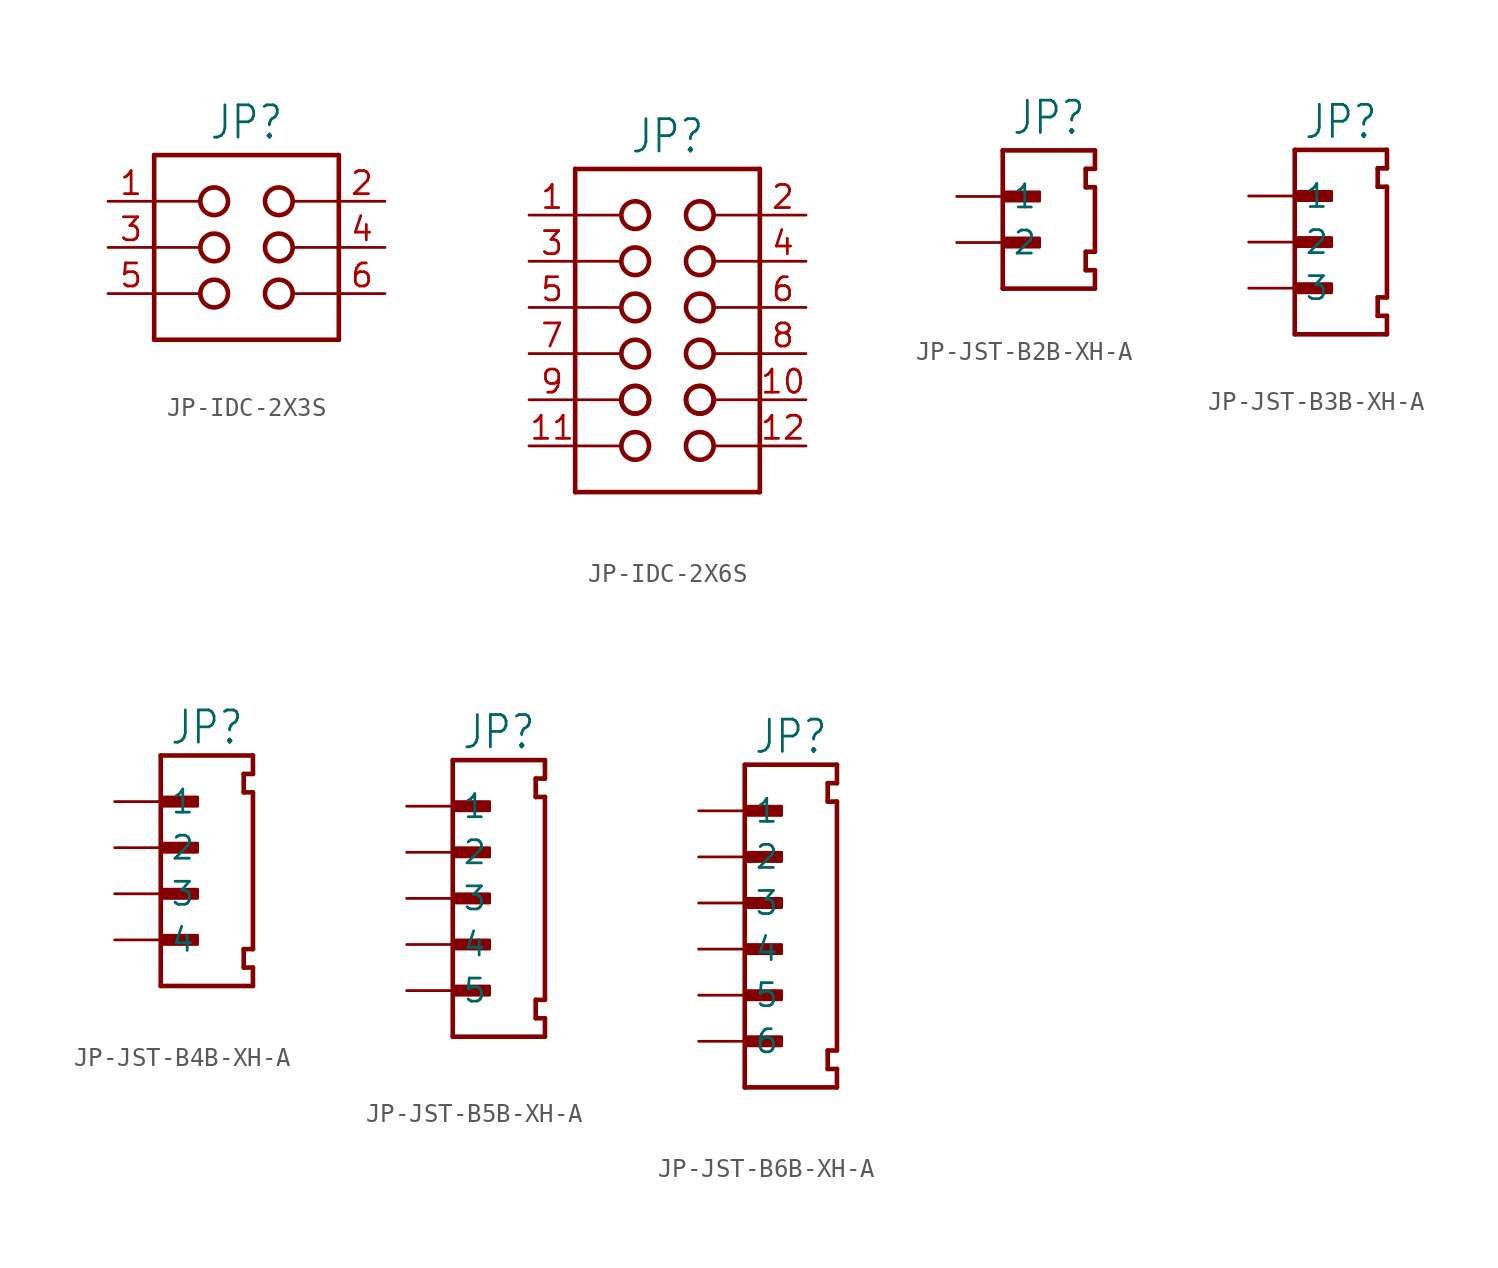
<source format=kicad_sym>
(kicad_symbol_lib
  (version 20231120)
  (generator "kicad_symbol_editor")
  (generator_version "8.0")
  (symbol "JP-IDC-2X3S"
    (property "Reference" "JP"
      (at 0 5.842 0)
      (effects (font (size 1.778 1.511)) (justify bottom)))
    (property "Value" ""
      (at 0 -5.842 0)
      (effects (font (size 1.778 1.511)) (justify top)))
    (property "ki_locked" ""
      (at 0 0 0)
      (effects (font (size 1.27 1.27))))
    (symbol "JP-IDC-2X3S_1_0"
      (circle (center -1.778 -2.54) (radius 0.762) (stroke (width 0.254) (type solid)) (fill (type none)))
      (circle (center -1.778 0) (radius 0.762) (stroke (width 0.254) (type solid)) (fill (type none)))
      (circle (center -1.778 2.54) (radius 0.762) (stroke (width 0.254) (type solid)) (fill (type none)))
      (polyline (pts (xy -5.08 -5.08) (xy -5.08 -2.54)) (stroke (width 0.254) (type solid)) (fill (type none)))
      (polyline (pts (xy -5.08 -2.54) (xy -5.08 0)) (stroke (width 0.254) (type solid)) (fill (type none)))
      (polyline (pts (xy -5.08 -2.54) (xy -2.54 -2.54)) (stroke (width 0.152) (type solid)) (fill (type none)))
      (polyline (pts (xy -5.08 0) (xy -5.08 2.54)) (stroke (width 0.254) (type solid)) (fill (type none)))
      (polyline (pts (xy -5.08 0) (xy -2.54 0)) (stroke (width 0.152) (type solid)) (fill (type none)))
      (polyline (pts (xy -5.08 2.54) (xy -5.08 5.08)) (stroke (width 0.254) (type solid)) (fill (type none)))
      (polyline (pts (xy -5.08 2.54) (xy -2.54 2.54)) (stroke (width 0.152) (type solid)) (fill (type none)))
      (polyline (pts (xy -5.08 5.08) (xy 5.08 5.08)) (stroke (width 0.254) (type solid)) (fill (type none)))
      (polyline (pts (xy 2.54 -2.54) (xy 5.08 -2.54)) (stroke (width 0.152) (type solid)) (fill (type none)))
      (polyline (pts (xy 2.54 0) (xy 5.08 0)) (stroke (width 0.152) (type solid)) (fill (type none)))
      (polyline (pts (xy 2.54 2.54) (xy 5.08 2.54)) (stroke (width 0.152) (type solid)) (fill (type none)))
      (polyline (pts (xy 5.08 -5.08) (xy -5.08 -5.08)) (stroke (width 0.254) (type solid)) (fill (type none)))
      (polyline (pts (xy 5.08 -2.54) (xy 5.08 -5.08)) (stroke (width 0.254) (type solid)) (fill (type none)))
      (polyline (pts (xy 5.08 0) (xy 5.08 -2.54)) (stroke (width 0.254) (type solid)) (fill (type none)))
      (polyline (pts (xy 5.08 2.54) (xy 5.08 0)) (stroke (width 0.254) (type solid)) (fill (type none)))
      (polyline (pts (xy 5.08 5.08) (xy 5.08 2.54)) (stroke (width 0.254) (type solid)) (fill (type none)))
      (circle (center 1.778 -2.54) (radius 0.762) (stroke (width 0.254) (type solid)) (fill (type none)))
      (circle (center 1.778 0) (radius 0.762) (stroke (width 0.254) (type solid)) (fill (type none)))
      (circle (center 1.778 2.54) (radius 0.762) (stroke (width 0.254) (type solid)) (fill (type none)))
      (pin passive line (at -7.62 2.54 0) (length 2.54) (name "1" (effects (font (size 0 0)))) (number "1" (effects (font (size 1.27 1.27)))))
      (pin passive line (at 7.62 2.54 180) (length 2.54) (name "2" (effects (font (size 0 0)))) (number "2" (effects (font (size 1.27 1.27)))))
      (pin passive line (at -7.62 0 0) (length 2.54) (name "3" (effects (font (size 0 0)))) (number "3" (effects (font (size 1.27 1.27)))))
      (pin passive line (at 7.62 0 180) (length 2.54) (name "4" (effects (font (size 0 0)))) (number "4" (effects (font (size 1.27 1.27)))))
      (pin passive line (at -7.62 -2.54 0) (length 2.54) (name "5" (effects (font (size 0 0)))) (number "5" (effects (font (size 1.27 1.27)))))
      (pin passive line (at 7.62 -2.54 180) (length 2.54) (name "6" (effects (font (size 0 0)))) (number "6" (effects (font (size 1.27 1.27)))))))
  (symbol "JP-IDC-2X6S"
    (property "Reference" "JP"
      (at 0 10.922 0)
      (effects (font (size 1.778 1.511)) (justify bottom)))
    (property "Value" ""
      (at 0 -8.382 0)
      (effects (font (size 1.778 1.511)) (justify top)))
    (property "ki_locked" ""
      (at 0 0 0)
      (effects (font (size 1.27 1.27))))
    (symbol "JP-IDC-2X6S_1_0"
      (circle (center -1.778 -5.08) (radius 0.762) (stroke (width 0.254) (type solid)) (fill (type none)))
      (circle (center -1.778 -2.54) (radius 0.762) (stroke (width 0.254) (type solid)) (fill (type none)))
      (circle (center -1.778 -2.54) (radius 0.762) (stroke (width 0.254) (type solid)) (fill (type none)))
      (circle (center -1.778 0) (radius 0.762) (stroke (width 0.254) (type solid)) (fill (type none)))
      (circle (center -1.778 2.54) (radius 0.762) (stroke (width 0.254) (type solid)) (fill (type none)))
      (circle (center -1.778 5.08) (radius 0.762) (stroke (width 0.254) (type solid)) (fill (type none)))
      (circle (center -1.778 7.62) (radius 0.762) (stroke (width 0.254) (type solid)) (fill (type none)))
      (polyline (pts (xy -5.08 -7.62) (xy -5.08 0)) (stroke (width 0.254) (type solid)) (fill (type none)))
      (polyline (pts (xy -5.08 0) (xy -5.08 2.54)) (stroke (width 0.254) (type solid)) (fill (type none)))
      (polyline (pts (xy -5.08 0) (xy -2.54 0)) (stroke (width 0.152) (type solid)) (fill (type none)))
      (polyline (pts (xy -5.08 2.54) (xy -5.08 5.08)) (stroke (width 0.254) (type solid)) (fill (type none)))
      (polyline (pts (xy -5.08 2.54) (xy -2.54 2.54)) (stroke (width 0.152) (type solid)) (fill (type none)))
      (polyline (pts (xy -5.08 5.08) (xy -5.08 7.62)) (stroke (width 0.254) (type solid)) (fill (type none)))
      (polyline (pts (xy -5.08 5.08) (xy -2.54 5.08)) (stroke (width 0.152) (type solid)) (fill (type none)))
      (polyline (pts (xy -5.08 7.62) (xy -5.08 10.16)) (stroke (width 0.254) (type solid)) (fill (type none)))
      (polyline (pts (xy -5.08 7.62) (xy -2.54 7.62)) (stroke (width 0.152) (type solid)) (fill (type none)))
      (polyline (pts (xy -5.08 10.16) (xy 5.08 10.16)) (stroke (width 0.254) (type solid)) (fill (type none)))
      (polyline (pts (xy -2.54 -5.08) (xy -5.08 -5.08)) (stroke (width 0.152) (type solid)) (fill (type none)))
      (polyline (pts (xy -2.54 -2.54) (xy -5.08 -2.54)) (stroke (width 0.152) (type solid)) (fill (type none)))
      (polyline (pts (xy 2.54 -5.08) (xy 5.08 -5.08)) (stroke (width 0.152) (type solid)) (fill (type none)))
      (polyline (pts (xy 2.54 -2.54) (xy 5.08 -2.54)) (stroke (width 0.152) (type solid)) (fill (type none)))
      (polyline (pts (xy 2.54 0) (xy 5.08 0)) (stroke (width 0.152) (type solid)) (fill (type none)))
      (polyline (pts (xy 2.54 2.54) (xy 5.08 2.54)) (stroke (width 0.152) (type solid)) (fill (type none)))
      (polyline (pts (xy 2.54 5.08) (xy 5.08 5.08)) (stroke (width 0.152) (type solid)) (fill (type none)))
      (polyline (pts (xy 2.54 7.62) (xy 5.08 7.62)) (stroke (width 0.152) (type solid)) (fill (type none)))
      (polyline (pts (xy 5.08 -7.62) (xy -5.08 -7.62)) (stroke (width 0.254) (type solid)) (fill (type none)))
      (polyline (pts (xy 5.08 0) (xy 5.08 -7.62)) (stroke (width 0.254) (type solid)) (fill (type none)))
      (polyline (pts (xy 5.08 2.54) (xy 5.08 0)) (stroke (width 0.254) (type solid)) (fill (type none)))
      (polyline (pts (xy 5.08 5.08) (xy 5.08 2.54)) (stroke (width 0.254) (type solid)) (fill (type none)))
      (polyline (pts (xy 5.08 7.62) (xy 5.08 5.08)) (stroke (width 0.254) (type solid)) (fill (type none)))
      (polyline (pts (xy 5.08 10.16) (xy 5.08 7.62)) (stroke (width 0.254) (type solid)) (fill (type none)))
      (circle (center 1.778 -5.08) (radius 0.762) (stroke (width 0.254) (type solid)) (fill (type none)))
      (circle (center 1.778 -2.54) (radius 0.762) (stroke (width 0.254) (type solid)) (fill (type none)))
      (circle (center 1.778 -2.54) (radius 0.762) (stroke (width 0.254) (type solid)) (fill (type none)))
      (circle (center 1.778 0) (radius 0.762) (stroke (width 0.254) (type solid)) (fill (type none)))
      (circle (center 1.778 2.54) (radius 0.762) (stroke (width 0.254) (type solid)) (fill (type none)))
      (circle (center 1.778 5.08) (radius 0.762) (stroke (width 0.254) (type solid)) (fill (type none)))
      (circle (center 1.778 7.62) (radius 0.762) (stroke (width 0.254) (type solid)) (fill (type none)))
      (pin passive line (at -7.62 7.62 0) (length 2.54) (name "1" (effects (font (size 0 0)))) (number "1" (effects (font (size 1.27 1.27)))))
      (pin passive line (at 7.62 -2.54 180) (length 2.54) (name "10" (effects (font (size 0 0)))) (number "10" (effects (font (size 1.27 1.27)))))
      (pin passive line (at -7.62 -5.08 0) (length 2.54) (name "11" (effects (font (size 0 0)))) (number "11" (effects (font (size 1.27 1.27)))))
      (pin passive line (at 7.62 -5.08 180) (length 2.54) (name "12" (effects (font (size 0 0)))) (number "12" (effects (font (size 1.27 1.27)))))
      (pin passive line (at 7.62 7.62 180) (length 2.54) (name "2" (effects (font (size 0 0)))) (number "2" (effects (font (size 1.27 1.27)))))
      (pin passive line (at -7.62 5.08 0) (length 2.54) (name "3" (effects (font (size 0 0)))) (number "3" (effects (font (size 1.27 1.27)))))
      (pin passive line (at 7.62 5.08 180) (length 2.54) (name "4" (effects (font (size 0 0)))) (number "4" (effects (font (size 1.27 1.27)))))
      (pin passive line (at -7.62 2.54 0) (length 2.54) (name "5" (effects (font (size 0 0)))) (number "5" (effects (font (size 1.27 1.27)))))
      (pin passive line (at 7.62 2.54 180) (length 2.54) (name "6" (effects (font (size 0 0)))) (number "6" (effects (font (size 1.27 1.27)))))
      (pin passive line (at -7.62 0 0) (length 2.54) (name "7" (effects (font (size 0 0)))) (number "7" (effects (font (size 1.27 1.27)))))
      (pin passive line (at 7.62 0 180) (length 2.54) (name "8" (effects (font (size 0 0)))) (number "8" (effects (font (size 1.27 1.27)))))
      (pin passive line (at -7.62 -2.54 0) (length 2.54) (name "9" (effects (font (size 0 0)))) (number "9" (effects (font (size 1.27 1.27)))))))
  (symbol "JP-JST-B2B-XH-A"
    (property "Reference" "JP"
      (at 0 3.302 0)
      (effects (font (size 1.778 1.511)) (justify bottom)))
    (property "Value" ""
      (at 0 -5.842 0)
      (effects (font (size 1.778 1.511)) (justify top)))
    (property "ki_locked" ""
      (at 0 0 0)
      (effects (font (size 1.27 1.27))))
    (symbol "JP-JST-B2B-XH-A_1_0"
      (rectangle (start -2.54 -2.794) (end -0.508 -2.286) (stroke (width 0) (type default)) (fill (type outline)))
      (rectangle (start -2.54 -0.254) (end -0.508 0.254) (stroke (width 0) (type default)) (fill (type outline)))
      (polyline (pts (xy -2.54 -5.08) (xy -2.54 2.54)) (stroke (width 0.254) (type solid)) (fill (type none)))
      (polyline (pts (xy -2.54 2.54) (xy 2.54 2.54)) (stroke (width 0.254) (type solid)) (fill (type none)))
      (polyline (pts (xy 2.032 -4.064) (xy 2.54 -4.064)) (stroke (width 0.254) (type solid)) (fill (type none)))
      (polyline (pts (xy 2.032 -3.048) (xy 2.032 -4.064)) (stroke (width 0.254) (type solid)) (fill (type none)))
      (polyline (pts (xy 2.032 -3.048) (xy 2.54 -3.048)) (stroke (width 0.254) (type solid)) (fill (type none)))
      (polyline (pts (xy 2.032 0.508) (xy 2.54 0.508)) (stroke (width 0.254) (type solid)) (fill (type none)))
      (polyline (pts (xy 2.032 1.524) (xy 2.032 0.508)) (stroke (width 0.254) (type solid)) (fill (type none)))
      (polyline (pts (xy 2.54 -5.08) (xy -2.54 -5.08)) (stroke (width 0.254) (type solid)) (fill (type none)))
      (polyline (pts (xy 2.54 -4.064) (xy 2.54 -5.08)) (stroke (width 0.254) (type solid)) (fill (type none)))
      (polyline (pts (xy 2.54 0.508) (xy 2.54 -3.048)) (stroke (width 0.254) (type solid)) (fill (type none)))
      (polyline (pts (xy 2.54 1.524) (xy 2.032 1.524)) (stroke (width 0.254) (type solid)) (fill (type none)))
      (polyline (pts (xy 2.54 2.54) (xy 2.54 1.524)) (stroke (width 0.254) (type solid)) (fill (type none)))
      (pin passive line (at -5.08 0 0) (length 2.54) (name "1" (effects (font (size 1.27 1.27)))) (number "1" (effects (font (size 0 0)))))
      (pin passive line (at -5.08 -2.54 0) (length 2.54) (name "2" (effects (font (size 1.27 1.27)))) (number "2" (effects (font (size 0 0)))))))
  (symbol "JP-JST-B3B-XH-A"
    (property "Reference" "JP"
      (at 0 5.588 0)
      (effects (font (size 1.778 1.511)) (justify bottom)))
    (property "Value" ""
      (at 0 -5.842 0)
      (effects (font (size 1.778 1.511)) (justify top)))
    (property "ki_locked" ""
      (at 0 0 0)
      (effects (font (size 1.27 1.27))))
    (symbol "JP-JST-B3B-XH-A_1_0"
      (rectangle (start -2.54 -2.794) (end -0.508 -2.286) (stroke (width 0) (type default)) (fill (type outline)))
      (rectangle (start -2.54 -0.254) (end -0.508 0.254) (stroke (width 0) (type default)) (fill (type outline)))
      (rectangle (start -2.54 2.286) (end -0.508 2.794) (stroke (width 0) (type default)) (fill (type outline)))
      (polyline (pts (xy -2.54 -5.08) (xy -2.54 5.08)) (stroke (width 0.254) (type solid)) (fill (type none)))
      (polyline (pts (xy -2.54 5.08) (xy 2.54 5.08)) (stroke (width 0.254) (type solid)) (fill (type none)))
      (polyline (pts (xy 2.032 -4.064) (xy 2.54 -4.064)) (stroke (width 0.254) (type solid)) (fill (type none)))
      (polyline (pts (xy 2.032 -3.048) (xy 2.032 -4.064)) (stroke (width 0.254) (type solid)) (fill (type none)))
      (polyline (pts (xy 2.032 -3.048) (xy 2.54 -3.048)) (stroke (width 0.254) (type solid)) (fill (type none)))
      (polyline (pts (xy 2.032 3.048) (xy 2.54 3.048)) (stroke (width 0.254) (type solid)) (fill (type none)))
      (polyline (pts (xy 2.032 4.064) (xy 2.032 3.048)) (stroke (width 0.254) (type solid)) (fill (type none)))
      (polyline (pts (xy 2.54 -5.08) (xy -2.54 -5.08)) (stroke (width 0.254) (type solid)) (fill (type none)))
      (polyline (pts (xy 2.54 -4.064) (xy 2.54 -5.08)) (stroke (width 0.254) (type solid)) (fill (type none)))
      (polyline (pts (xy 2.54 3.048) (xy 2.54 -3.048)) (stroke (width 0.254) (type solid)) (fill (type none)))
      (polyline (pts (xy 2.54 4.064) (xy 2.032 4.064)) (stroke (width 0.254) (type solid)) (fill (type none)))
      (polyline (pts (xy 2.54 5.08) (xy 2.54 4.064)) (stroke (width 0.254) (type solid)) (fill (type none)))
      (pin passive line (at -5.08 2.54 0) (length 2.54) (name "1" (effects (font (size 1.27 1.27)))) (number "1" (effects (font (size 0 0)))))
      (pin passive line (at -5.08 0 0) (length 2.54) (name "2" (effects (font (size 1.27 1.27)))) (number "2" (effects (font (size 0 0)))))
      (pin passive line (at -5.08 -2.54 0) (length 2.54) (name "3" (effects (font (size 1.27 1.27)))) (number "3" (effects (font (size 0 0)))))))
  (symbol "JP-JST-B4B-XH-A"
    (property "Reference" "JP"
      (at 0 5.588 0)
      (effects (font (size 1.778 1.511)) (justify bottom)))
    (property "Value" ""
      (at 0 -8.382 0)
      (effects (font (size 1.778 1.511)) (justify top)))
    (property "ki_locked" ""
      (at 0 0 0)
      (effects (font (size 1.27 1.27))))
    (symbol "JP-JST-B4B-XH-A_1_0"
      (rectangle (start -2.54 -5.334) (end -0.508 -4.826) (stroke (width 0) (type default)) (fill (type outline)))
      (rectangle (start -2.54 -2.794) (end -0.508 -2.286) (stroke (width 0) (type default)) (fill (type outline)))
      (rectangle (start -2.54 -0.254) (end -0.508 0.254) (stroke (width 0) (type default)) (fill (type outline)))
      (rectangle (start -2.54 2.286) (end -0.508 2.794) (stroke (width 0) (type default)) (fill (type outline)))
      (polyline (pts (xy -2.54 -7.62) (xy -2.54 5.08)) (stroke (width 0.254) (type solid)) (fill (type none)))
      (polyline (pts (xy -2.54 5.08) (xy 2.54 5.08)) (stroke (width 0.254) (type solid)) (fill (type none)))
      (polyline (pts (xy 2.032 -6.604) (xy 2.54 -6.604)) (stroke (width 0.254) (type solid)) (fill (type none)))
      (polyline (pts (xy 2.032 -5.588) (xy 2.032 -6.604)) (stroke (width 0.254) (type solid)) (fill (type none)))
      (polyline (pts (xy 2.032 -5.588) (xy 2.54 -5.588)) (stroke (width 0.254) (type solid)) (fill (type none)))
      (polyline (pts (xy 2.032 3.048) (xy 2.54 3.048)) (stroke (width 0.254) (type solid)) (fill (type none)))
      (polyline (pts (xy 2.032 4.064) (xy 2.032 3.048)) (stroke (width 0.254) (type solid)) (fill (type none)))
      (polyline (pts (xy 2.54 -7.62) (xy -2.54 -7.62)) (stroke (width 0.254) (type solid)) (fill (type none)))
      (polyline (pts (xy 2.54 -6.604) (xy 2.54 -7.62)) (stroke (width 0.254) (type solid)) (fill (type none)))
      (polyline (pts (xy 2.54 3.048) (xy 2.54 -5.588)) (stroke (width 0.254) (type solid)) (fill (type none)))
      (polyline (pts (xy 2.54 4.064) (xy 2.032 4.064)) (stroke (width 0.254) (type solid)) (fill (type none)))
      (polyline (pts (xy 2.54 5.08) (xy 2.54 4.064)) (stroke (width 0.254) (type solid)) (fill (type none)))
      (pin passive line (at -5.08 2.54 0) (length 2.54) (name "1" (effects (font (size 1.27 1.27)))) (number "1" (effects (font (size 0 0)))))
      (pin passive line (at -5.08 0 0) (length 2.54) (name "2" (effects (font (size 1.27 1.27)))) (number "2" (effects (font (size 0 0)))))
      (pin passive line (at -5.08 -2.54 0) (length 2.54) (name "3" (effects (font (size 1.27 1.27)))) (number "3" (effects (font (size 0 0)))))
      (pin passive line (at -5.08 -5.08 0) (length 2.54) (name "4" (effects (font (size 1.27 1.27)))) (number "4" (effects (font (size 0 0)))))))
  (symbol "JP-JST-B5B-XH-A"
    (property "Reference" "JP"
      (at 0 8.128 0)
      (effects (font (size 1.778 1.511)) (justify bottom)))
    (property "Value" ""
      (at 0 -8.382 0)
      (effects (font (size 1.778 1.511)) (justify top)))
    (property "ki_locked" ""
      (at 0 0 0)
      (effects (font (size 1.27 1.27))))
    (symbol "JP-JST-B5B-XH-A_1_0"
      (rectangle (start -2.54 -5.334) (end -0.508 -4.826) (stroke (width 0) (type default)) (fill (type outline)))
      (rectangle (start -2.54 -2.794) (end -0.508 -2.286) (stroke (width 0) (type default)) (fill (type outline)))
      (rectangle (start -2.54 -0.254) (end -0.508 0.254) (stroke (width 0) (type default)) (fill (type outline)))
      (rectangle (start -2.54 2.286) (end -0.508 2.794) (stroke (width 0) (type default)) (fill (type outline)))
      (rectangle (start -2.54 4.826) (end -0.508 5.334) (stroke (width 0) (type default)) (fill (type outline)))
      (polyline (pts (xy -2.54 -7.62) (xy -2.54 7.62)) (stroke (width 0.254) (type solid)) (fill (type none)))
      (polyline (pts (xy -2.54 7.62) (xy 2.54 7.62)) (stroke (width 0.254) (type solid)) (fill (type none)))
      (polyline (pts (xy 2.032 -6.604) (xy 2.54 -6.604)) (stroke (width 0.254) (type solid)) (fill (type none)))
      (polyline (pts (xy 2.032 -5.588) (xy 2.032 -6.604)) (stroke (width 0.254) (type solid)) (fill (type none)))
      (polyline (pts (xy 2.032 -5.588) (xy 2.54 -5.588)) (stroke (width 0.254) (type solid)) (fill (type none)))
      (polyline (pts (xy 2.032 5.588) (xy 2.54 5.588)) (stroke (width 0.254) (type solid)) (fill (type none)))
      (polyline (pts (xy 2.032 6.604) (xy 2.032 5.588)) (stroke (width 0.254) (type solid)) (fill (type none)))
      (polyline (pts (xy 2.54 -7.62) (xy -2.54 -7.62)) (stroke (width 0.254) (type solid)) (fill (type none)))
      (polyline (pts (xy 2.54 -6.604) (xy 2.54 -7.62)) (stroke (width 0.254) (type solid)) (fill (type none)))
      (polyline (pts (xy 2.54 5.588) (xy 2.54 -5.588)) (stroke (width 0.254) (type solid)) (fill (type none)))
      (polyline (pts (xy 2.54 6.604) (xy 2.032 6.604)) (stroke (width 0.254) (type solid)) (fill (type none)))
      (polyline (pts (xy 2.54 7.62) (xy 2.54 6.604)) (stroke (width 0.254) (type solid)) (fill (type none)))
      (pin passive line (at -5.08 5.08 0) (length 2.54) (name "1" (effects (font (size 1.27 1.27)))) (number "1" (effects (font (size 0 0)))))
      (pin passive line (at -5.08 2.54 0) (length 2.54) (name "2" (effects (font (size 1.27 1.27)))) (number "2" (effects (font (size 0 0)))))
      (pin passive line (at -5.08 0 0) (length 2.54) (name "3" (effects (font (size 1.27 1.27)))) (number "3" (effects (font (size 0 0)))))
      (pin passive line (at -5.08 -2.54 0) (length 2.54) (name "4" (effects (font (size 1.27 1.27)))) (number "4" (effects (font (size 0 0)))))
      (pin passive line (at -5.08 -5.08 0) (length 2.54) (name "5" (effects (font (size 1.27 1.27)))) (number "5" (effects (font (size 0 0)))))))
  (symbol "JP-JST-B6B-XH-A"
    (property "Reference" "JP"
      (at 0 8.128 0)
      (effects (font (size 1.778 1.511)) (justify bottom)))
    (property "Value" ""
      (at 0 -10.922 0)
      (effects (font (size 1.778 1.511)) (justify top)))
    (property "ki_locked" ""
      (at 0 0 0)
      (effects (font (size 1.27 1.27))))
    (symbol "JP-JST-B6B-XH-A_1_0"
      (rectangle (start -2.54 -7.874) (end -0.508 -7.366) (stroke (width 0) (type default)) (fill (type outline)))
      (rectangle (start -2.54 -5.334) (end -0.508 -4.826) (stroke (width 0) (type default)) (fill (type outline)))
      (rectangle (start -2.54 -2.794) (end -0.508 -2.286) (stroke (width 0) (type default)) (fill (type outline)))
      (rectangle (start -2.54 -0.254) (end -0.508 0.254) (stroke (width 0) (type default)) (fill (type outline)))
      (rectangle (start -2.54 2.286) (end -0.508 2.794) (stroke (width 0) (type default)) (fill (type outline)))
      (rectangle (start -2.54 4.826) (end -0.508 5.334) (stroke (width 0) (type default)) (fill (type outline)))
      (polyline (pts (xy -2.54 -10.16) (xy -2.54 7.62)) (stroke (width 0.254) (type solid)) (fill (type none)))
      (polyline (pts (xy -2.54 7.62) (xy 2.54 7.62)) (stroke (width 0.254) (type solid)) (fill (type none)))
      (polyline (pts (xy 2.032 -9.144) (xy 2.54 -9.144)) (stroke (width 0.254) (type solid)) (fill (type none)))
      (polyline (pts (xy 2.032 -8.128) (xy 2.032 -9.144)) (stroke (width 0.254) (type solid)) (fill (type none)))
      (polyline (pts (xy 2.032 -8.128) (xy 2.54 -8.128)) (stroke (width 0.254) (type solid)) (fill (type none)))
      (polyline (pts (xy 2.032 5.588) (xy 2.54 5.588)) (stroke (width 0.254) (type solid)) (fill (type none)))
      (polyline (pts (xy 2.032 6.604) (xy 2.032 5.588)) (stroke (width 0.254) (type solid)) (fill (type none)))
      (polyline (pts (xy 2.54 -10.16) (xy -2.54 -10.16)) (stroke (width 0.254) (type solid)) (fill (type none)))
      (polyline (pts (xy 2.54 -9.144) (xy 2.54 -10.16)) (stroke (width 0.254) (type solid)) (fill (type none)))
      (polyline (pts (xy 2.54 5.588) (xy 2.54 -8.128)) (stroke (width 0.254) (type solid)) (fill (type none)))
      (polyline (pts (xy 2.54 6.604) (xy 2.032 6.604)) (stroke (width 0.254) (type solid)) (fill (type none)))
      (polyline (pts (xy 2.54 7.62) (xy 2.54 6.604)) (stroke (width 0.254) (type solid)) (fill (type none)))
      (pin passive line (at -5.08 5.08 0) (length 2.54) (name "1" (effects (font (size 1.27 1.27)))) (number "1" (effects (font (size 0 0)))))
      (pin passive line (at -5.08 2.54 0) (length 2.54) (name "2" (effects (font (size 1.27 1.27)))) (number "2" (effects (font (size 0 0)))))
      (pin passive line (at -5.08 0 0) (length 2.54) (name "3" (effects (font (size 1.27 1.27)))) (number "3" (effects (font (size 0 0)))))
      (pin passive line (at -5.08 -2.54 0) (length 2.54) (name "4" (effects (font (size 1.27 1.27)))) (number "4" (effects (font (size 0 0)))))
      (pin passive line (at -5.08 -5.08 0) (length 2.54) (name "5" (effects (font (size 1.27 1.27)))) (number "5" (effects (font (size 0 0)))))
      (pin passive line (at -5.08 -7.62 0) (length 2.54) (name "6" (effects (font (size 1.27 1.27)))) (number "6" (effects (font (size 0 0))))))))
</source>
